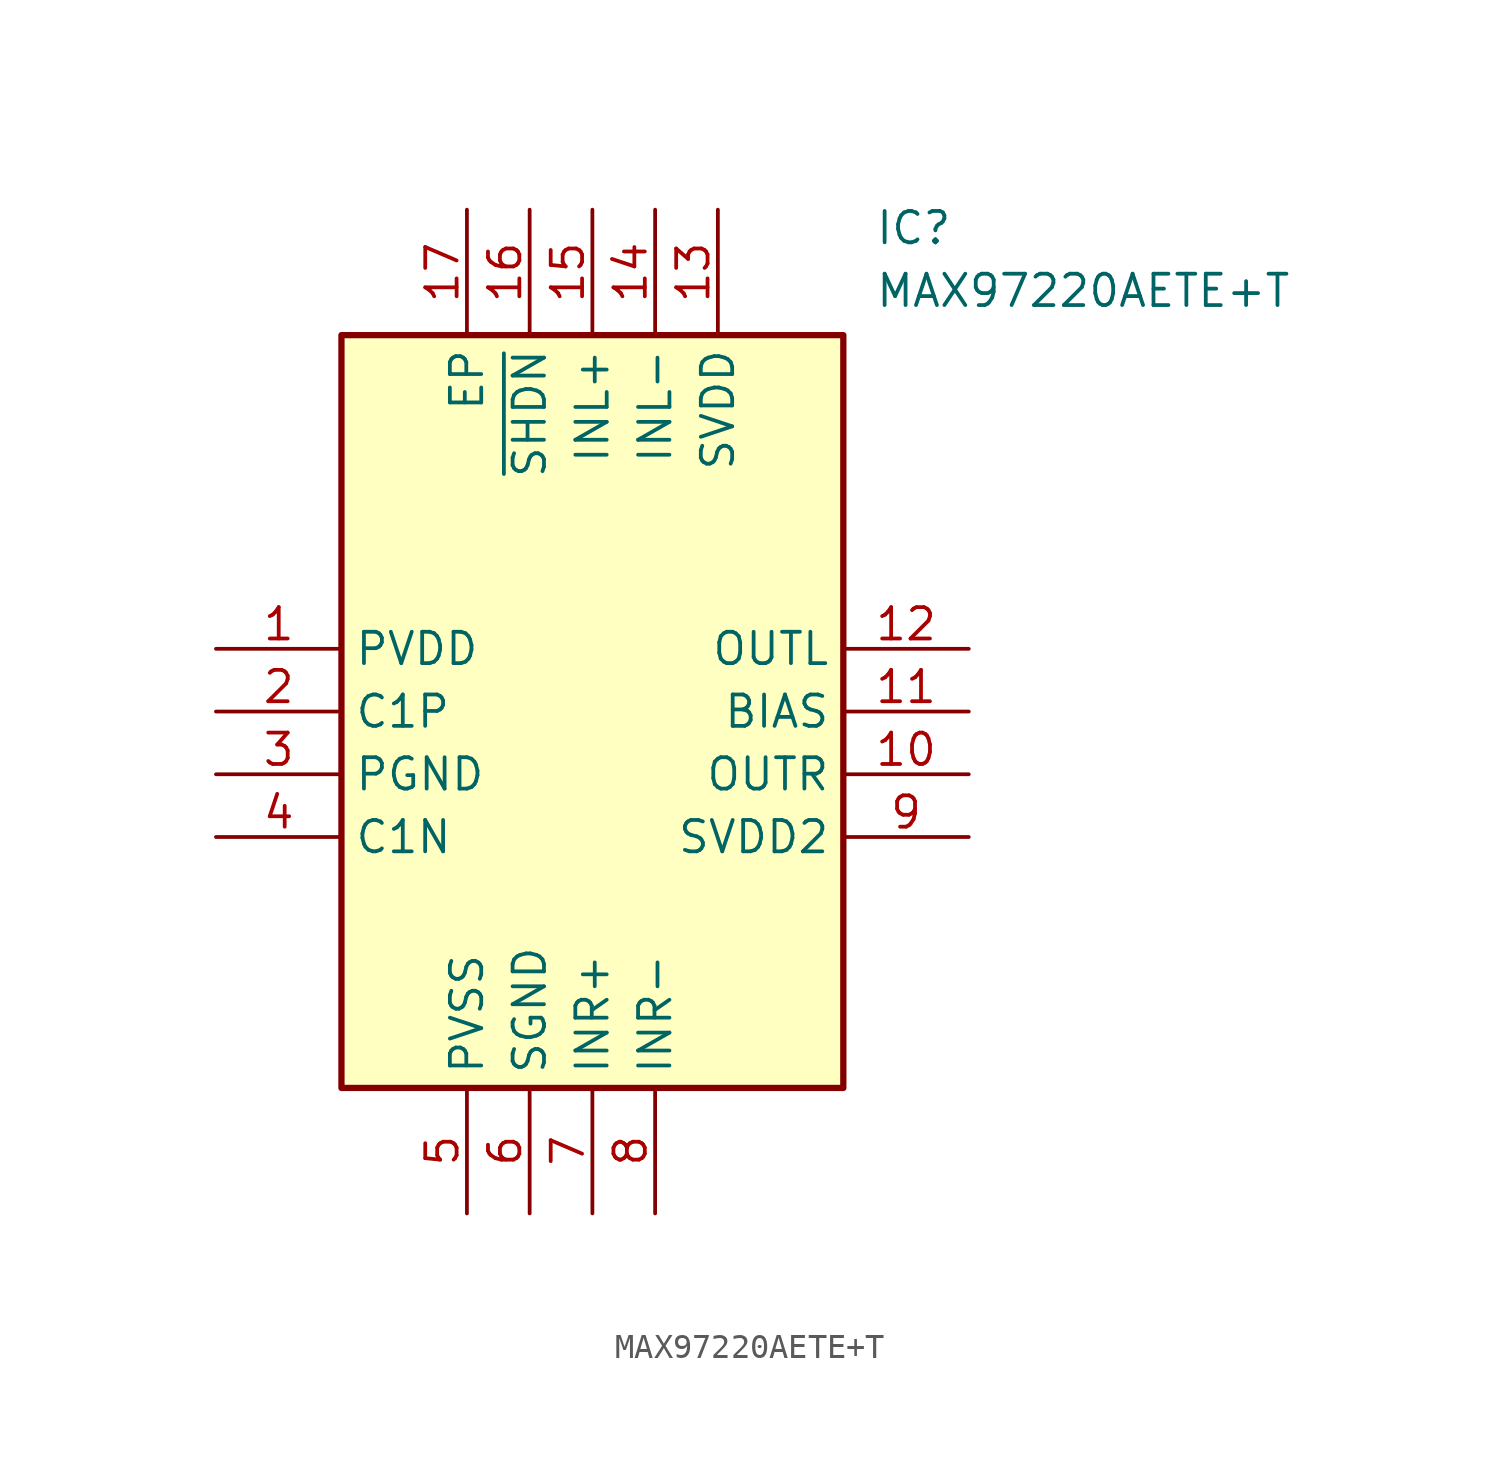
<source format=kicad_sym>
(kicad_symbol_lib
  (version 20211014)
  (generator SamacSys_ECAD_Model)
  (symbol "MAX97220AETE+T"
    (property "Reference" "IC"
      (at 26.67 17.78 0)
      (effects (font (size 1.27 1.27)) (justify left top)))
    (property "Value" "MAX97220AETE+T"
      (at 26.67 15.24 0)
      (effects (font (size 1.27 1.27)) (justify left top)))
    (rectangle
      (start 5.08 12.7)
      (end 25.4 -17.78)
      (stroke (width 0.254) (type default))
      (fill (type background)))
    (pin passive line
      (at 0 0 0)
      (length 5.08)
      (name "PVDD" (effects (font (size 1.27 1.27))))
      (number "1" (effects (font (size 1.27 1.27)))))
    (pin passive line
      (at 0 -2.54 0)
      (length 5.08)
      (name "C1P" (effects (font (size 1.27 1.27))))
      (number "2" (effects (font (size 1.27 1.27)))))
    (pin passive line
      (at 0 -5.08 0)
      (length 5.08)
      (name "PGND" (effects (font (size 1.27 1.27))))
      (number "3" (effects (font (size 1.27 1.27)))))
    (pin passive line
      (at 0 -7.62 0)
      (length 5.08)
      (name "C1N" (effects (font (size 1.27 1.27))))
      (number "4" (effects (font (size 1.27 1.27)))))
    (pin passive line
      (at 10.16 -22.86 90)
      (length 5.08)
      (name "PVSS" (effects (font (size 1.27 1.27))))
      (number "5" (effects (font (size 1.27 1.27)))))
    (pin passive line
      (at 12.7 -22.86 90)
      (length 5.08)
      (name "SGND" (effects (font (size 1.27 1.27))))
      (number "6" (effects (font (size 1.27 1.27)))))
    (pin passive line
      (at 15.24 -22.86 90)
      (length 5.08)
      (name "INR+" (effects (font (size 1.27 1.27))))
      (number "7" (effects (font (size 1.27 1.27)))))
    (pin passive line
      (at 17.78 -22.86 90)
      (length 5.08)
      (name "INR-" (effects (font (size 1.27 1.27))))
      (number "8" (effects (font (size 1.27 1.27)))))
    (pin passive line
      (at 30.48 0 180)
      (length 5.08)
      (name "OUTL" (effects (font (size 1.27 1.27))))
      (number "12" (effects (font (size 1.27 1.27)))))
    (pin passive line
      (at 30.48 -2.54 180)
      (length 5.08)
      (name "BIAS" (effects (font (size 1.27 1.27))))
      (number "11" (effects (font (size 1.27 1.27)))))
    (pin passive line
      (at 30.48 -5.08 180)
      (length 5.08)
      (name "OUTR" (effects (font (size 1.27 1.27))))
      (number "10" (effects (font (size 1.27 1.27)))))
    (pin passive line
      (at 30.48 -7.62 180)
      (length 5.08)
      (name "SVDD2" (effects (font (size 1.27 1.27))))
      (number "9" (effects (font (size 1.27 1.27)))))
    (pin passive line
      (at 10.16 17.78 270)
      (length 5.08)
      (name "EP" (effects (font (size 1.27 1.27))))
      (number "17" (effects (font (size 1.27 1.27)))))
    (pin passive line
      (at 12.7 17.78 270)
      (length 5.08)
      (name "~{SHDN}" (effects (font (size 1.27 1.27))))
      (number "16" (effects (font (size 1.27 1.27)))))
    (pin passive line
      (at 15.24 17.78 270)
      (length 5.08)
      (name "INL+" (effects (font (size 1.27 1.27))))
      (number "15" (effects (font (size 1.27 1.27)))))
    (pin passive line
      (at 17.78 17.78 270)
      (length 5.08)
      (name "INL-" (effects (font (size 1.27 1.27))))
      (number "14" (effects (font (size 1.27 1.27)))))
    (pin passive line
      (at 20.32 17.78 270)
      (length 5.08)
      (name "SVDD" (effects (font (size 1.27 1.27))))
      (number "13" (effects (font (size 1.27 1.27)))))))
</source>
